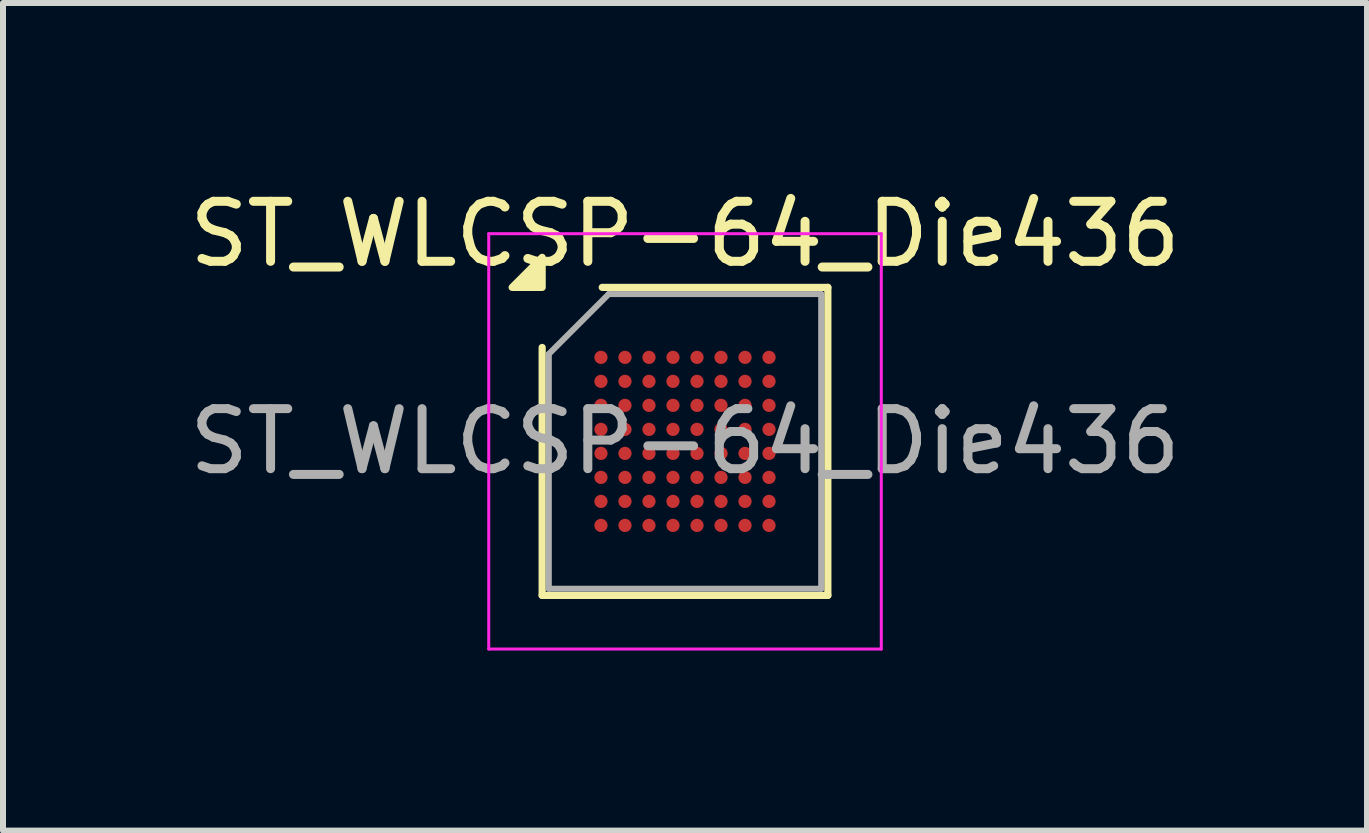
<source format=kicad_pcb>
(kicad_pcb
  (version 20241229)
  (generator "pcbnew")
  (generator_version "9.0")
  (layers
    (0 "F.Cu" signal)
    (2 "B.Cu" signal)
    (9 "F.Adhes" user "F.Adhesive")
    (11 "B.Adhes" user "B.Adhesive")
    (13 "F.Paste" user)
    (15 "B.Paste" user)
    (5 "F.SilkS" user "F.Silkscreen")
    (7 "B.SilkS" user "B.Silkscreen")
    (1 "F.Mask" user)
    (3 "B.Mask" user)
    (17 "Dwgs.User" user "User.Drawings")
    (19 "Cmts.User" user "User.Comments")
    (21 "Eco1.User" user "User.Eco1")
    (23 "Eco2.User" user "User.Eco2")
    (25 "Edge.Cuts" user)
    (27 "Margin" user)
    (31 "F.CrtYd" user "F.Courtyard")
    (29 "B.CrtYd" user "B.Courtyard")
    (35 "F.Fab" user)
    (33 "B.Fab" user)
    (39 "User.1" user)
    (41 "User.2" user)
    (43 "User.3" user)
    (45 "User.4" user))
  (footprint "ST_WLCSP-64_Die436"
    (layer "F.Cu")
    (at 8.363 4.304)
    (property "Reference" "ST_WLCSP-64_Die436" (at 0 -3.455 0) (layer "F.SilkS") (effects (font (size 1 1) (thickness 0.15))))
    (attr smd)
    (fp_line (start -2.38 2.566) (end -2.38 -1.565) (stroke (width 0.12) (type solid)) (layer "F.SilkS"))
    (fp_line (start -1.379 -2.566) (end 2.38 -2.566) (stroke (width 0.12) (type solid)) (layer "F.SilkS"))
    (fp_line (start 2.38 -2.566) (end 2.38 2.566) (stroke (width 0.12) (type solid)) (layer "F.SilkS"))
    (fp_line (start 2.38 2.566) (end -2.38 2.566) (stroke (width 0.12) (type solid)) (layer "F.SilkS"))
    (fp_poly (pts (xy -2.38 -2.566) (xy -2.88 -2.566) (xy -2.38 -3.066) (xy -2.38 -2.566)) (stroke (width 0.12) (type solid)) (fill yes) (layer "F.SilkS"))
    (fp_line (start -3.27 -3.46) (end -3.27 3.46) (stroke (width 0.05) (type solid)) (layer "F.CrtYd"))
    (fp_line (start -3.27 3.46) (end 3.27 3.46) (stroke (width 0.05) (type solid)) (layer "F.CrtYd"))
    (fp_line (start 3.27 -3.46) (end -3.27 -3.46) (stroke (width 0.05) (type solid)) (layer "F.CrtYd"))
    (fp_line (start 3.27 3.46) (end 3.27 -3.46) (stroke (width 0.05) (type solid)) (layer "F.CrtYd"))
    (fp_line (start -2.269 -1.456) (end -1.27 -2.455) (stroke (width 0.1) (type solid)) (layer "F.Fab"))
    (fp_line (start -2.269 2.455) (end -2.269 -1.456) (stroke (width 0.1) (type solid)) (layer "F.Fab"))
    (fp_line (start -1.27 -2.455) (end 2.269 -2.455) (stroke (width 0.1) (type solid)) (layer "F.Fab"))
    (fp_line (start 2.269 -2.455) (end 2.269 2.455) (stroke (width 0.1) (type solid)) (layer "F.Fab"))
    (fp_line (start 2.269 2.455) (end -2.269 2.455) (stroke (width 0.1) (type solid)) (layer "F.Fab"))
    (fp_text user "${REFERENCE}" (at 0 0 0) (layer "F.Fab") (effects (font (size 1 1) (thickness 0.15))))
    (pad "A1" smd circle (at -1.4 -1.4) (size 0.22 0.22) (property pad_prop_bga) (layers "F.Cu" "F.Mask" "F.Paste"))
    (pad "A2" smd circle (at -1 -1.4) (size 0.22 0.22) (property pad_prop_bga) (layers "F.Cu" "F.Mask" "F.Paste"))
    (pad "A3" smd circle (at -0.6 -1.4) (size 0.22 0.22) (property pad_prop_bga) (layers "F.Cu" "F.Mask" "F.Paste"))
    (pad "A4" smd circle (at -0.2 -1.4) (size 0.22 0.22) (property pad_prop_bga) (layers "F.Cu" "F.Mask" "F.Paste"))
    (pad "A5" smd circle (at 0.2 -1.4) (size 0.22 0.22) (property pad_prop_bga) (layers "F.Cu" "F.Mask" "F.Paste"))
    (pad "A6" smd circle (at 0.6 -1.4) (size 0.22 0.22) (property pad_prop_bga) (layers "F.Cu" "F.Mask" "F.Paste"))
    (pad "A7" smd circle (at 1 -1.4) (size 0.22 0.22) (property pad_prop_bga) (layers "F.Cu" "F.Mask" "F.Paste"))
    (pad "A8" smd circle (at 1.4 -1.4) (size 0.22 0.22) (property pad_prop_bga) (layers "F.Cu" "F.Mask" "F.Paste"))
    (pad "B1" smd circle (at -1.4 -1) (size 0.22 0.22) (property pad_prop_bga) (layers "F.Cu" "F.Mask" "F.Paste"))
    (pad "B2" smd circle (at -1 -1) (size 0.22 0.22) (property pad_prop_bga) (layers "F.Cu" "F.Mask" "F.Paste"))
    (pad "B3" smd circle (at -0.6 -1) (size 0.22 0.22) (property pad_prop_bga) (layers "F.Cu" "F.Mask" "F.Paste"))
    (pad "B4" smd circle (at -0.2 -1) (size 0.22 0.22) (property pad_prop_bga) (layers "F.Cu" "F.Mask" "F.Paste"))
    (pad "B5" smd circle (at 0.2 -1) (size 0.22 0.22) (property pad_prop_bga) (layers "F.Cu" "F.Mask" "F.Paste"))
    (pad "B6" smd circle (at 0.6 -1) (size 0.22 0.22) (property pad_prop_bga) (layers "F.Cu" "F.Mask" "F.Paste"))
    (pad "B7" smd circle (at 1 -1) (size 0.22 0.22) (property pad_prop_bga) (layers "F.Cu" "F.Mask" "F.Paste"))
    (pad "B8" smd circle (at 1.4 -1) (size 0.22 0.22) (property pad_prop_bga) (layers "F.Cu" "F.Mask" "F.Paste"))
    (pad "C1" smd circle (at -1.4 -0.6) (size 0.22 0.22) (property pad_prop_bga) (layers "F.Cu" "F.Mask" "F.Paste"))
    (pad "C2" smd circle (at -1 -0.6) (size 0.22 0.22) (property pad_prop_bga) (layers "F.Cu" "F.Mask" "F.Paste"))
    (pad "C3" smd circle (at -0.6 -0.6) (size 0.22 0.22) (property pad_prop_bga) (layers "F.Cu" "F.Mask" "F.Paste"))
    (pad "C4" smd circle (at -0.2 -0.6) (size 0.22 0.22) (property pad_prop_bga) (layers "F.Cu" "F.Mask" "F.Paste"))
    (pad "C5" smd circle (at 0.2 -0.6) (size 0.22 0.22) (property pad_prop_bga) (layers "F.Cu" "F.Mask" "F.Paste"))
    (pad "C6" smd circle (at 0.6 -0.6) (size 0.22 0.22) (property pad_prop_bga) (layers "F.Cu" "F.Mask" "F.Paste"))
    (pad "C7" smd circle (at 1 -0.6) (size 0.22 0.22) (property pad_prop_bga) (layers "F.Cu" "F.Mask" "F.Paste"))
    (pad "C8" smd circle (at 1.4 -0.6) (size 0.22 0.22) (property pad_prop_bga) (layers "F.Cu" "F.Mask" "F.Paste"))
    (pad "D1" smd circle (at -1.4 -0.2) (size 0.22 0.22) (property pad_prop_bga) (layers "F.Cu" "F.Mask" "F.Paste"))
    (pad "D2" smd circle (at -1 -0.2) (size 0.22 0.22) (property pad_prop_bga) (layers "F.Cu" "F.Mask" "F.Paste"))
    (pad "D3" smd circle (at -0.6 -0.2) (size 0.22 0.22) (property pad_prop_bga) (layers "F.Cu" "F.Mask" "F.Paste"))
    (pad "D4" smd circle (at -0.2 -0.2) (size 0.22 0.22) (property pad_prop_bga) (layers "F.Cu" "F.Mask" "F.Paste"))
    (pad "D5" smd circle (at 0.2 -0.2) (size 0.22 0.22) (property pad_prop_bga) (layers "F.Cu" "F.Mask" "F.Paste"))
    (pad "D6" smd circle (at 0.6 -0.2) (size 0.22 0.22) (property pad_prop_bga) (layers "F.Cu" "F.Mask" "F.Paste"))
    (pad "D7" smd circle (at 1 -0.2) (size 0.22 0.22) (property pad_prop_bga) (layers "F.Cu" "F.Mask" "F.Paste"))
    (pad "D8" smd circle (at 1.4 -0.2) (size 0.22 0.22) (property pad_prop_bga) (layers "F.Cu" "F.Mask" "F.Paste"))
    (pad "E1" smd circle (at -1.4 0.2) (size 0.22 0.22) (property pad_prop_bga) (layers "F.Cu" "F.Mask" "F.Paste"))
    (pad "E2" smd circle (at -1 0.2) (size 0.22 0.22) (property pad_prop_bga) (layers "F.Cu" "F.Mask" "F.Paste"))
    (pad "E3" smd circle (at -0.6 0.2) (size 0.22 0.22) (property pad_prop_bga) (layers "F.Cu" "F.Mask" "F.Paste"))
    (pad "E4" smd circle (at -0.2 0.2) (size 0.22 0.22) (property pad_prop_bga) (layers "F.Cu" "F.Mask" "F.Paste"))
    (pad "E5" smd circle (at 0.2 0.2) (size 0.22 0.22) (property pad_prop_bga) (layers "F.Cu" "F.Mask" "F.Paste"))
    (pad "E6" smd circle (at 0.6 0.2) (size 0.22 0.22) (property pad_prop_bga) (layers "F.Cu" "F.Mask" "F.Paste"))
    (pad "E7" smd circle (at 1 0.2) (size 0.22 0.22) (property pad_prop_bga) (layers "F.Cu" "F.Mask" "F.Paste"))
    (pad "E8" smd circle (at 1.4 0.2) (size 0.22 0.22) (property pad_prop_bga) (layers "F.Cu" "F.Mask" "F.Paste"))
    (pad "F1" smd circle (at -1.4 0.6) (size 0.22 0.22) (property pad_prop_bga) (layers "F.Cu" "F.Mask" "F.Paste"))
    (pad "F2" smd circle (at -1 0.6) (size 0.22 0.22) (property pad_prop_bga) (layers "F.Cu" "F.Mask" "F.Paste"))
    (pad "F3" smd circle (at -0.6 0.6) (size 0.22 0.22) (property pad_prop_bga) (layers "F.Cu" "F.Mask" "F.Paste"))
    (pad "F4" smd circle (at -0.2 0.6) (size 0.22 0.22) (property pad_prop_bga) (layers "F.Cu" "F.Mask" "F.Paste"))
    (pad "F5" smd circle (at 0.2 0.6) (size 0.22 0.22) (property pad_prop_bga) (layers "F.Cu" "F.Mask" "F.Paste"))
    (pad "F6" smd circle (at 0.6 0.6) (size 0.22 0.22) (property pad_prop_bga) (layers "F.Cu" "F.Mask" "F.Paste"))
    (pad "F7" smd circle (at 1 0.6) (size 0.22 0.22) (property pad_prop_bga) (layers "F.Cu" "F.Mask" "F.Paste"))
    (pad "F8" smd circle (at 1.4 0.6) (size 0.22 0.22) (property pad_prop_bga) (layers "F.Cu" "F.Mask" "F.Paste"))
    (pad "G1" smd circle (at -1.4 1) (size 0.22 0.22) (property pad_prop_bga) (layers "F.Cu" "F.Mask" "F.Paste"))
    (pad "G2" smd circle (at -1 1) (size 0.22 0.22) (property pad_prop_bga) (layers "F.Cu" "F.Mask" "F.Paste"))
    (pad "G3" smd circle (at -0.6 1) (size 0.22 0.22) (property pad_prop_bga) (layers "F.Cu" "F.Mask" "F.Paste"))
    (pad "G4" smd circle (at -0.2 1) (size 0.22 0.22) (property pad_prop_bga) (layers "F.Cu" "F.Mask" "F.Paste"))
    (pad "G5" smd circle (at 0.2 1) (size 0.22 0.22) (property pad_prop_bga) (layers "F.Cu" "F.Mask" "F.Paste"))
    (pad "G6" smd circle (at 0.6 1) (size 0.22 0.22) (property pad_prop_bga) (layers "F.Cu" "F.Mask" "F.Paste"))
    (pad "G7" smd circle (at 1 1) (size 0.22 0.22) (property pad_prop_bga) (layers "F.Cu" "F.Mask" "F.Paste"))
    (pad "G8" smd circle (at 1.4 1) (size 0.22 0.22) (property pad_prop_bga) (layers "F.Cu" "F.Mask" "F.Paste"))
    (pad "H1" smd circle (at -1.4 1.4) (size 0.22 0.22) (property pad_prop_bga) (layers "F.Cu" "F.Mask" "F.Paste"))
    (pad "H2" smd circle (at -1 1.4) (size 0.22 0.22) (property pad_prop_bga) (layers "F.Cu" "F.Mask" "F.Paste"))
    (pad "H3" smd circle (at -0.6 1.4) (size 0.22 0.22) (property pad_prop_bga) (layers "F.Cu" "F.Mask" "F.Paste"))
    (pad "H4" smd circle (at -0.2 1.4) (size 0.22 0.22) (property pad_prop_bga) (layers "F.Cu" "F.Mask" "F.Paste"))
    (pad "H5" smd circle (at 0.2 1.4) (size 0.22 0.22) (property pad_prop_bga) (layers "F.Cu" "F.Mask" "F.Paste"))
    (pad "H6" smd circle (at 0.6 1.4) (size 0.22 0.22) (property pad_prop_bga) (layers "F.Cu" "F.Mask" "F.Paste"))
    (pad "H7" smd circle (at 1 1.4) (size 0.22 0.22) (property pad_prop_bga) (layers "F.Cu" "F.Mask" "F.Paste"))
    (pad "H8" smd circle (at 1.4 1.4) (size 0.22 0.22) (property pad_prop_bga) (layers "F.Cu" "F.Mask" "F.Paste")))
  (gr_rect
    (start -3 -3)
    (end 19.726 10.789)
    (stroke (width 0.1) (type default))
    (fill no)
    (layer "Edge.Cuts")))
</source>
